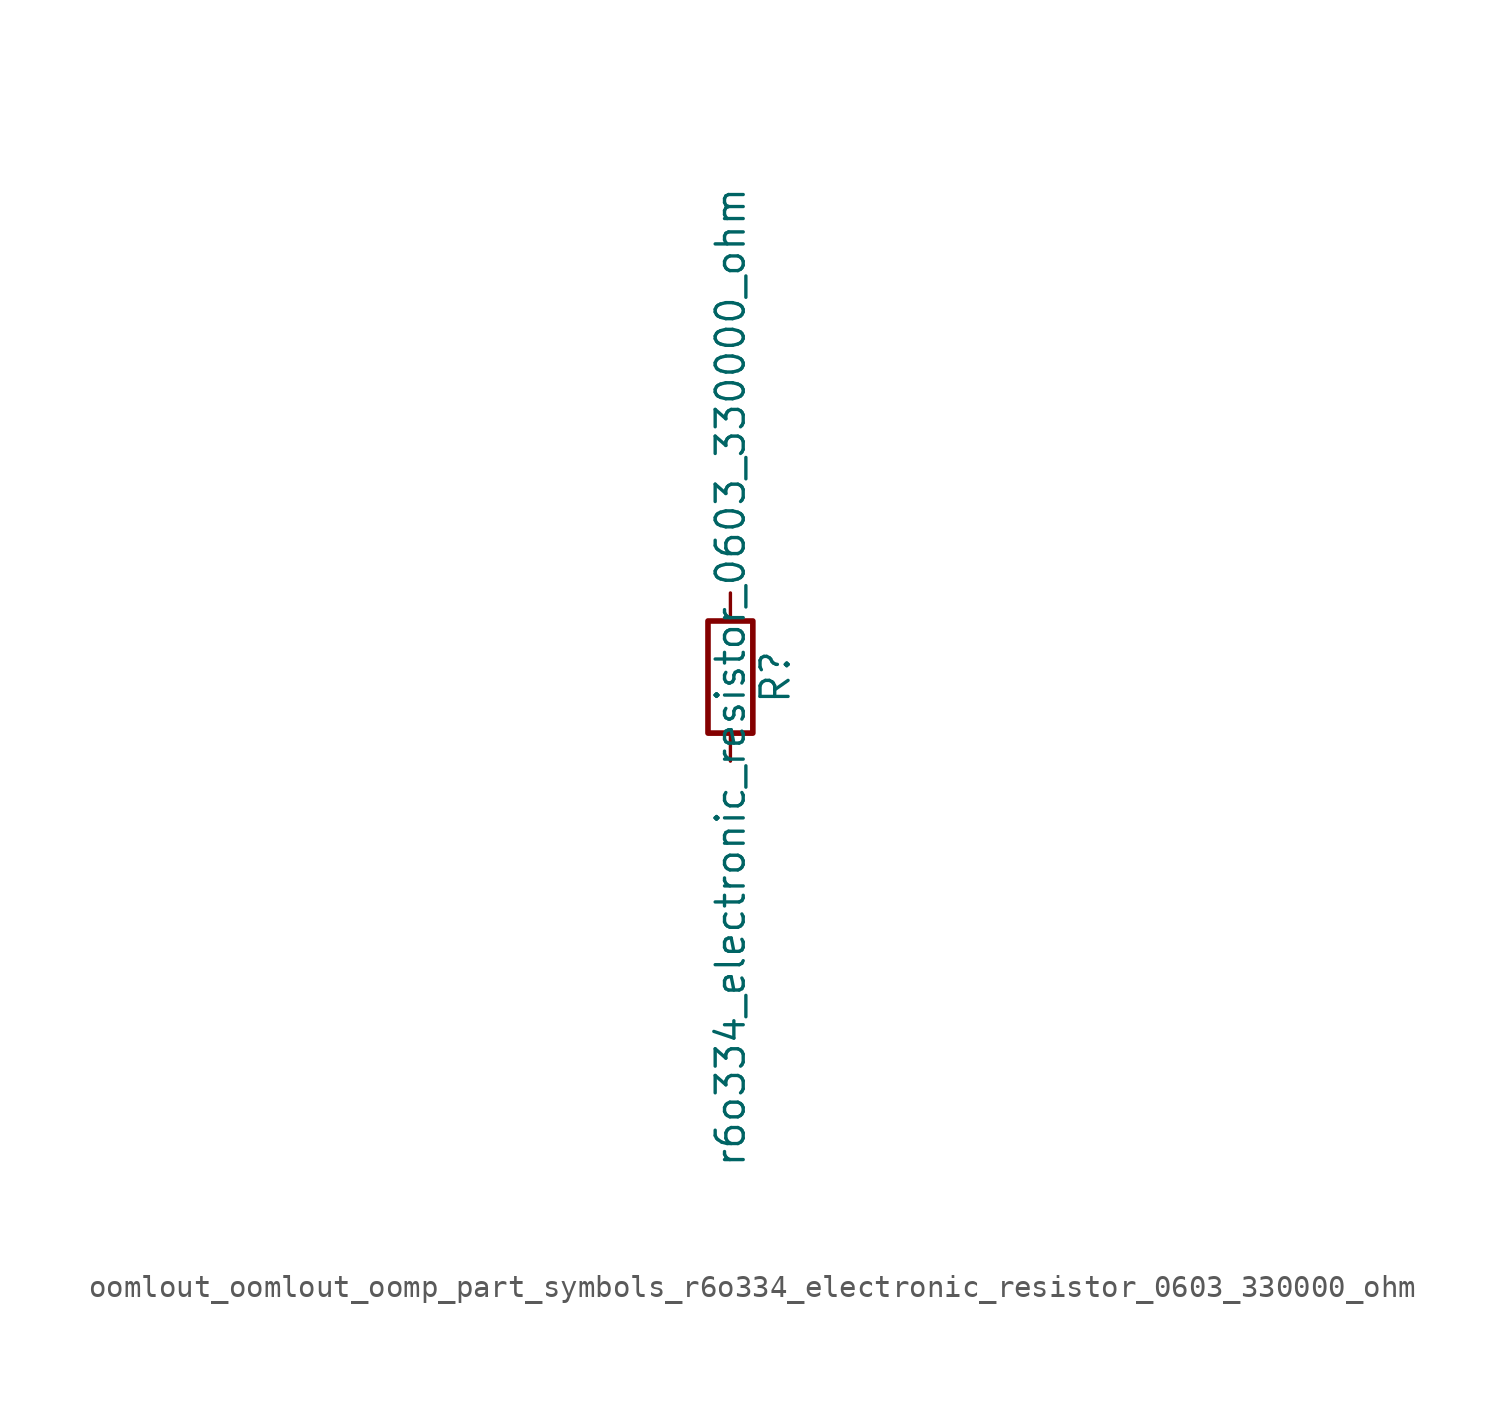
<source format=kicad_sym>
(kicad_symbol_lib
  (version 20220914)
  (generator kicad_symbol_editor)
  (symbol "oomlout_oomlout_oomp_part_symbols_r6o334_electronic_resistor_0603_330000_ohm"
    (pin_numbers hide)
    (pin_names
      (offset 0))
    (property "Reference" "R"
      (at 2.032 0 90)
      (effects (font (size 1.27 1.27))))
    (property "Value" "r6o334_electronic_resistor_0603_330000_ohm"
      (at 0 0 90)
      (effects (font (size 1.27 1.27))))
    (symbol "oomlout_oomlout_oomp_part_symbols_r6o334_electronic_resistor_0603_330000_ohm_0_1"
      (rectangle (start -1.016 -2.54) (end 1.016 2.54) (stroke (width 0.254) (type default)) (fill (type none))))
    (symbol "oomlout_oomlout_oomp_part_symbols_r6o334_electronic_resistor_0603_330000_ohm_1_1"
      (pin passive line (at 0 3.81 270) (length 1.27) (name "~" (effects (font (size 1.27 1.27)))) (number "1" (effects (font (size 1.27 1.27)))))
      (pin passive line (at 0 -3.81 90) (length 1.27) (name "~" (effects (font (size 1.27 1.27)))) (number "2" (effects (font (size 1.27 1.27))))))))
</source>
